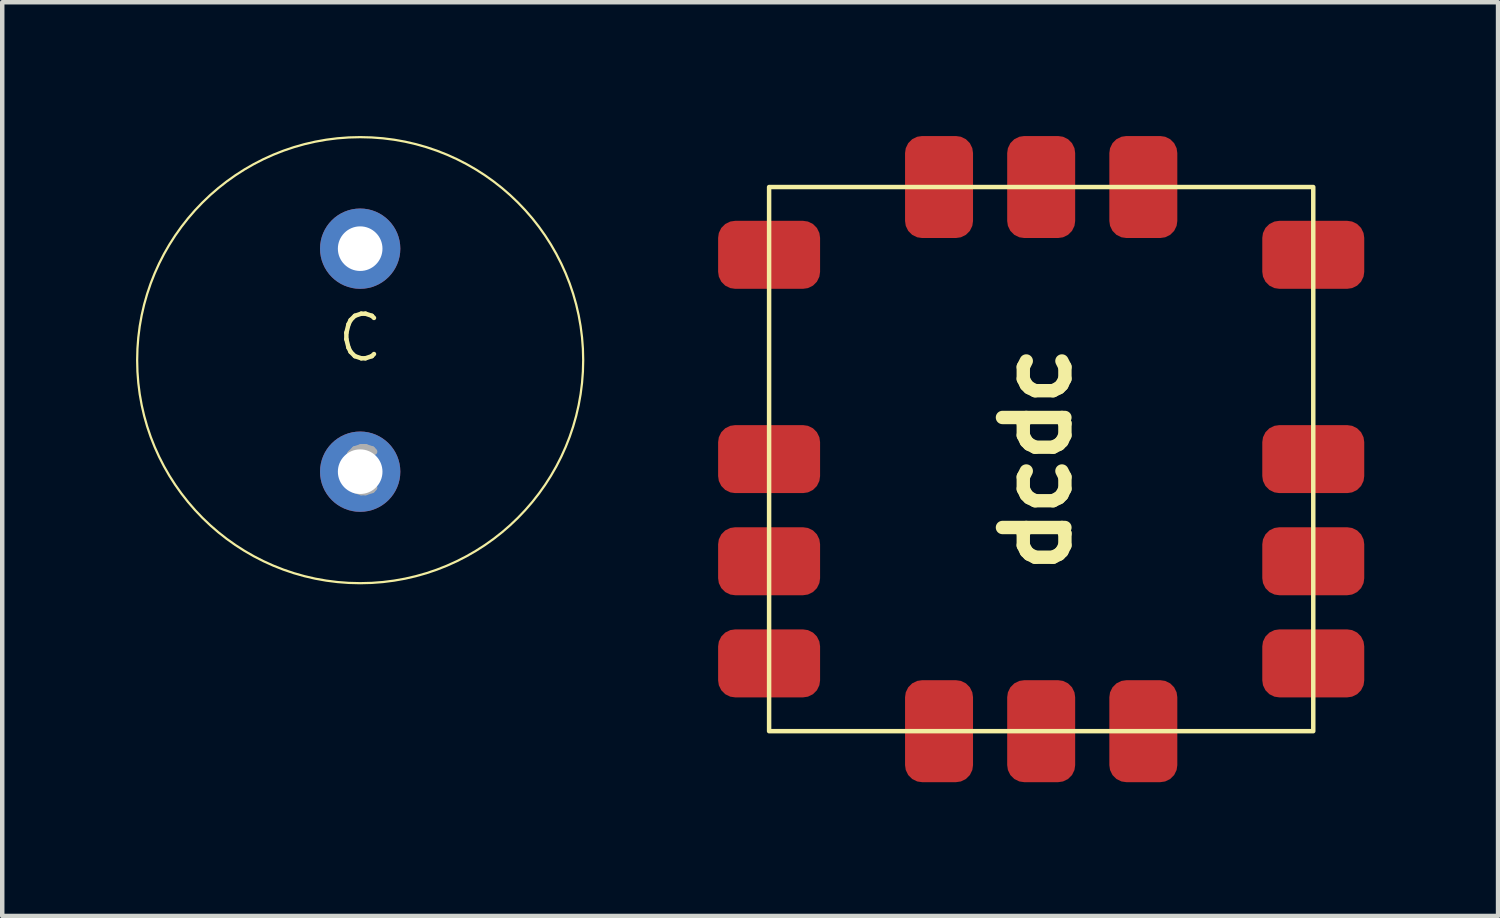
<source format=kicad_pcb>
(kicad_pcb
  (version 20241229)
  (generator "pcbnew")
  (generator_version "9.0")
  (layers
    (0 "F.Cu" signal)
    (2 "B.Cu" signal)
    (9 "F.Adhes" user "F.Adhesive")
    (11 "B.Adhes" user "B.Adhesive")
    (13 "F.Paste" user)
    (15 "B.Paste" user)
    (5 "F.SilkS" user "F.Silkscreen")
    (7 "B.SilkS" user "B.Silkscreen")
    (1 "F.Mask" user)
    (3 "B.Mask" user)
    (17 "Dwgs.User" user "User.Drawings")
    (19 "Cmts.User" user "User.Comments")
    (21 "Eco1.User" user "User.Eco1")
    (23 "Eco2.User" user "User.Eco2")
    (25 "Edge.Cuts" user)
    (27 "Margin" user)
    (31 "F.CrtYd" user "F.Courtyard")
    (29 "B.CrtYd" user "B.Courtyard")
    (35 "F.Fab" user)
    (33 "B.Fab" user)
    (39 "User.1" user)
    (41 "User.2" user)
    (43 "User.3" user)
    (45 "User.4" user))
  (footprint "dcdc"
    (layer "F.Cu")
    (at 14.193 13.343)
    (property "Reference" "dcdc" (at 6 -6.1 90) (unlocked yes) (layer "F.SilkS") (effects (font (size 1.4 1.4) (thickness 0.3) (bold yes))))
    (attr smd)
    (fp_rect (start 0 0) (end 12.2 -12.2) (stroke (width 0.1) (type default)) (fill no) (layer "F.SilkS"))
    (pad "1" smd roundrect (at 0 -6.1 180) (size 2.286 1.524) (layers "F.Cu" "F.Mask" "F.Paste") (roundrect_rratio 0.25))
    (pad "2" smd roundrect (at 0 -10.68 180) (size 2.286 1.524) (layers "F.Cu" "F.Mask" "F.Paste") (roundrect_rratio 0.25))
    (pad "2" smd roundrect (at 3.81 -12.2 90) (size 2.286 1.524) (layers "F.Cu" "F.Mask" "F.Paste") (roundrect_rratio 0.25))
    (pad "3" smd roundrect (at 6.1 -12.2 90) (size 2.286 1.524) (layers "F.Cu" "F.Mask" "F.Paste") (roundrect_rratio 0.25))
    (pad "3" smd roundrect (at 8.39 -12.2 90) (size 2.286 1.524) (layers "F.Cu" "F.Mask" "F.Paste") (roundrect_rratio 0.25))
    (pad "4" smd roundrect (at 12.2 -10.68 180) (size 2.286 1.524) (layers "F.Cu" "F.Mask" "F.Paste") (roundrect_rratio 0.25))
    (pad "5" smd roundrect (at 12.2 -6.1 180) (size 2.286 1.524) (layers "F.Cu" "F.Mask" "F.Paste") (roundrect_rratio 0.25))
    (pad "6" smd roundrect (at 12.2 -1.52 180) (size 2.286 1.524) (layers "F.Cu" "F.Mask" "F.Paste") (roundrect_rratio 0.25))
    (pad "7" smd roundrect (at 6.1 0 270) (size 2.286 1.524) (layers "F.Cu" "F.Mask" "F.Paste") (roundrect_rratio 0.25))
    (pad "8" smd roundrect (at 3.81 0 270) (size 2.286 1.524) (layers "F.Cu" "F.Mask" "F.Paste") (roundrect_rratio 0.25))
    (pad "9" smd roundrect (at 0 -1.52 180) (size 2.286 1.524) (layers "F.Cu" "F.Mask" "F.Paste") (roundrect_rratio 0.25))
    (pad "10" smd roundrect (at 0 -3.81 180) (size 2.286 1.524) (layers "F.Cu" "F.Mask" "F.Paste") (roundrect_rratio 0.25))
    (pad "11" smd roundrect (at 12.2 -3.81 180) (size 2.286 1.524) (layers "F.Cu" "F.Mask" "F.Paste") (roundrect_rratio 0.25))
    (pad "12" smd roundrect (at 8.39 0 270) (size 2.286 1.524) (layers "F.Cu" "F.Mask" "F.Paste") (roundrect_rratio 0.25)))
  (footprint "C"
    (layer "F.Cu")
    (at 5.025 5.025)
    (property "Reference" "C" (at 0 -0.5 0) (unlocked yes) (layer "F.SilkS") (effects (font (size 1 1) (thickness 0.1))))
    (attr smd)
    (fp_circle (center 0 0) (end 5 0) (stroke (width 0.05) (type default)) (fill no) (layer "F.SilkS"))
    (fp_text user "${REFERENCE}" (at 0 2.5 0) (unlocked yes) (layer "F.Fab") (effects (font (size 1 1) (thickness 0.15))))
    (pad "1" thru_hole circle (at 0 -2.5) (size 1.8 1.8) (drill 1) (layers "*.Cu" "*.Mask"))
    (pad "2" thru_hole circle (at 0 2.5) (size 1.8 1.8) (drill 1) (layers "*.Cu" "*.Mask")))
  (gr_rect
    (start -3 -3)
    (end 30.536 17.486)
    (stroke (width 0.1) (type default))
    (fill no)
    (layer "Edge.Cuts")))
</source>
